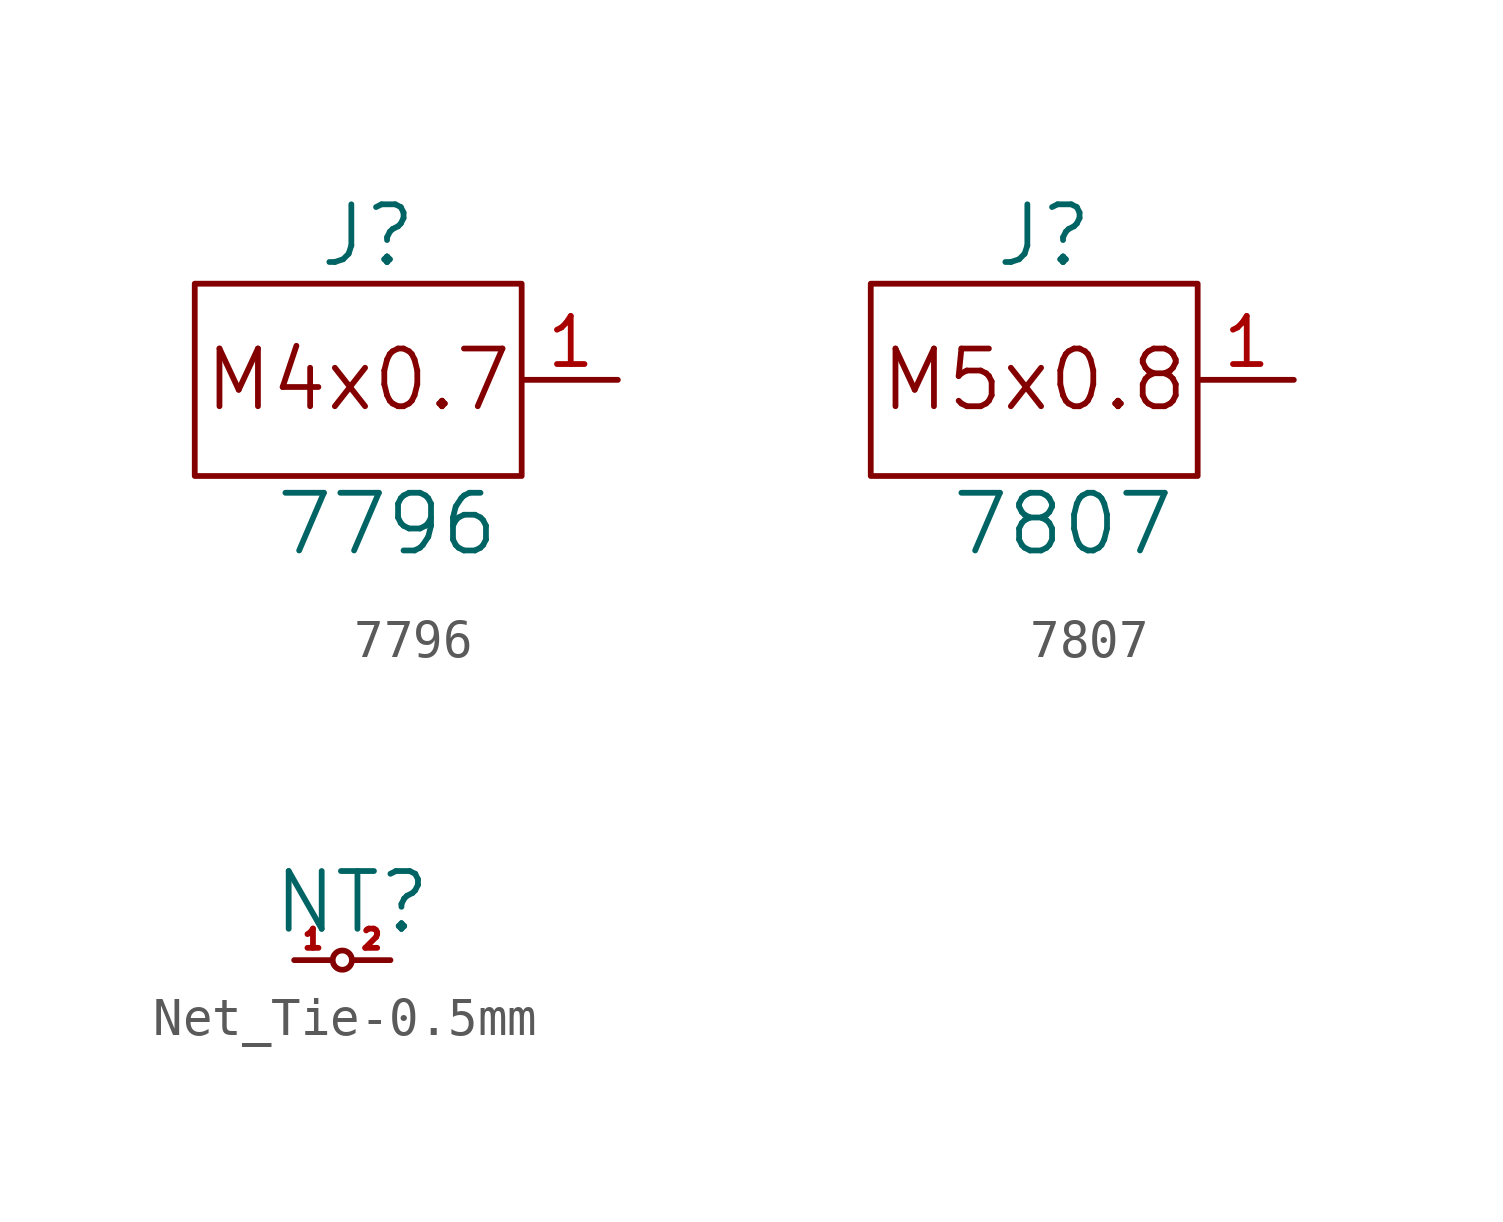
<source format=kicad_sym>
(kicad_symbol_lib
  (version 20211014)
  (generator kicad_symbol_editor)
  (symbol "7796"
    (pin_names
      (offset 1.016))
    (property "Reference" "J"
      (at -4.064 6.35 0)
      (effects (font (size 1.524 1.524))))
    (property "Value" "7796"
      (at -3.556 -1.27 0)
      (effects (font (size 1.524 1.524))))
    (symbol "7796_0_0"
      (text "M4x0.7" (at -4.318 2.54 0) (effects (font (size 1.524 1.524)))))
    (symbol "7796_1_1"
      (rectangle (start -8.636 5.08) (end 0 0) (stroke (width 0) (type default) (color 0 0 0 0)) (fill (type none)))
      (pin power_out line (at 2.54 2.54 180) (length 2.489) (name "~" (effects (font (size 1.27 1.27)))) (number "1" (effects (font (size 1.27 1.27)))))))
  (symbol "7807"
    (pin_names
      (offset 1.016))
    (property "Reference" "J"
      (at -4.064 6.35 0)
      (effects (font (size 1.524 1.524))))
    (property "Value" "7807"
      (at -3.556 -1.27 0)
      (effects (font (size 1.524 1.524))))
    (symbol "7807_0_0"
      (text "M5x0.8" (at -4.318 2.54 0) (effects (font (size 1.524 1.524)))))
    (symbol "7807_1_1"
      (rectangle (start -8.636 5.08) (end 0 0) (stroke (width 0) (type default) (color 0 0 0 0)) (fill (type none)))
      (pin power_out line (at 2.54 2.54 180) (length 2.489) (name "~" (effects (font (size 1.27 1.27)))) (number "1" (effects (font (size 1.27 1.27)))))))
  (symbol "Net_Tie-0.5mm"
    (pin_names
      (offset 1.016))
    (property "Reference" "NT"
      (at 0.254 1.524 0)
      (effects (font (size 1.524 1.524))))
    (symbol "Net_Tie-0.5mm_0_1"
      (circle (center 0 0) (radius 0.254) (stroke (width 0) (type default) (color 0 0 0 0)) (fill (type none))))
    (symbol "Net_Tie-0.5mm_1_1"
      (pin input line (at -1.27 0 0) (length 0.991) (name "~" (effects (font (size 1.27 1.27)))) (number "1" (effects (font (size 0.508 0.508)))))
      (pin input line (at 1.27 0 180) (length 0.991) (name "~" (effects (font (size 1.27 1.27)))) (number "2" (effects (font (size 0.508 0.508))))))))
</source>
